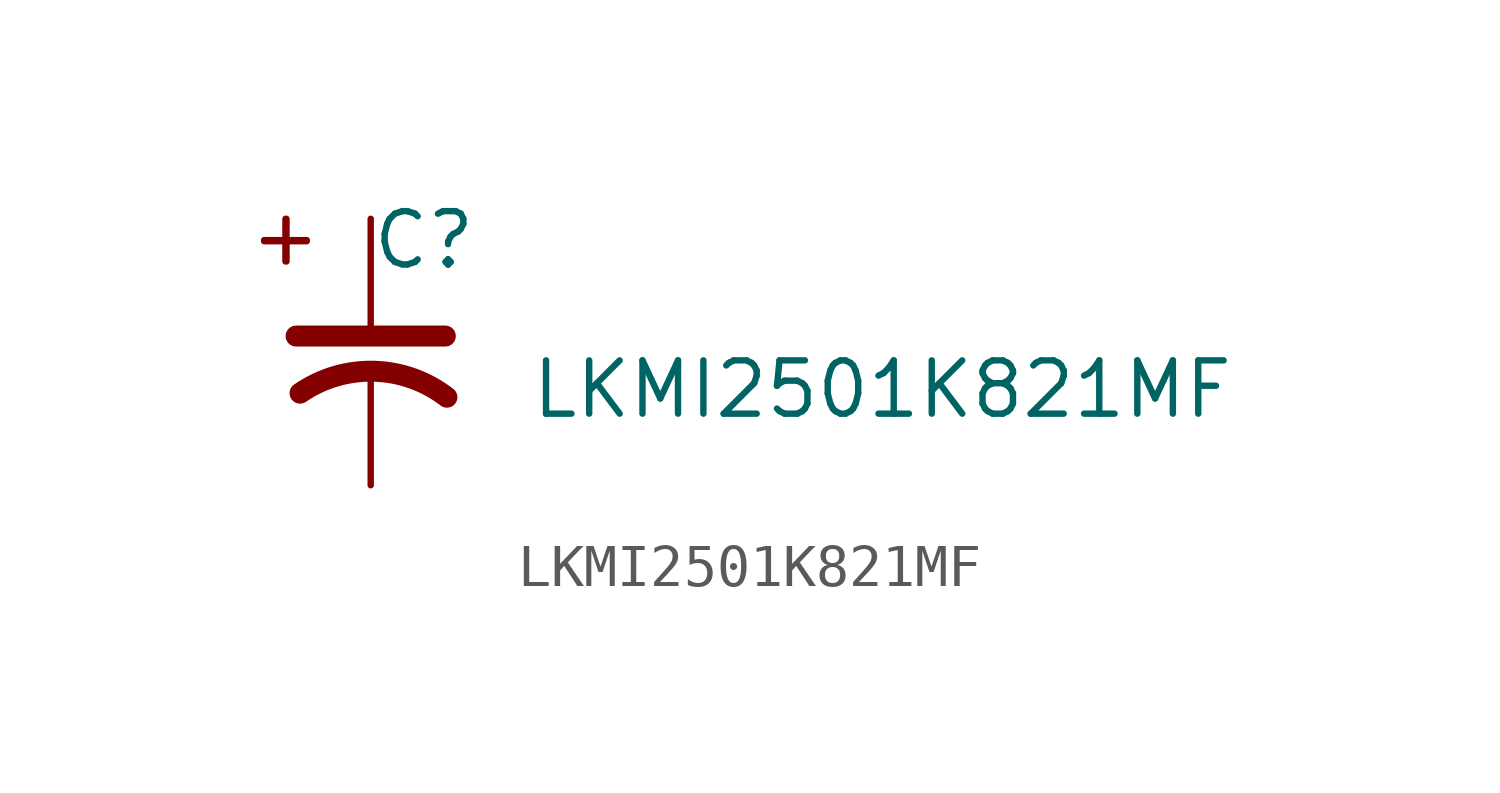
<source format=kicad_sym>
(kicad_symbol_lib
  (version 20231120)
  (generator "kicad_symbol_editor")
  (generator_version "8.0")
  (symbol "LKMI2501K821MF"
    (pin_numbers hide)
    (property "Reference" "C"
      (at 1.27 2.032 0)
      (effects (font (size 1.27 1.27))))
    (property "Value" "LKMI2501K821MF"
      (at 12.192 -1.524 0)
      (effects (font (size 1.27 1.27))))
    (symbol "LKMI2501K821MF_0_1"
      (rectangle (start -2.54 2.032) (end -1.524 2.007) (stroke (width 0) (type default)) (fill (type background)))
      (rectangle (start -2.032 2.54) (end -2.007 1.524) (stroke (width 0) (type default)) (fill (type background)))
      (polyline (pts (xy -1.778 -0.254) (xy 1.778 -0.254)) (stroke (width 0.5) (type default)) (fill (type none)))
      (arc (start 1.8159 -1.7114) (mid 0.0818 -1.0932) (end -1.6837 -1.615) (stroke (width 0.5) (type default)) (fill (type none)))
      (pin passive line (at 0 -3.81 90) (length 2.54) (name "~" (effects (font (size 1.27 1.27)))) (number "2" (effects (font (size 1.27 1.27))))))
    (symbol "LKMI2501K821MF_1_1"
      (pin passive line (at 0 2.54 270) (length 2.54) (name "~" (effects (font (size 1.27 1.27)))) (number "1" (effects (font (size 1.27 1.27))))))))
</source>
